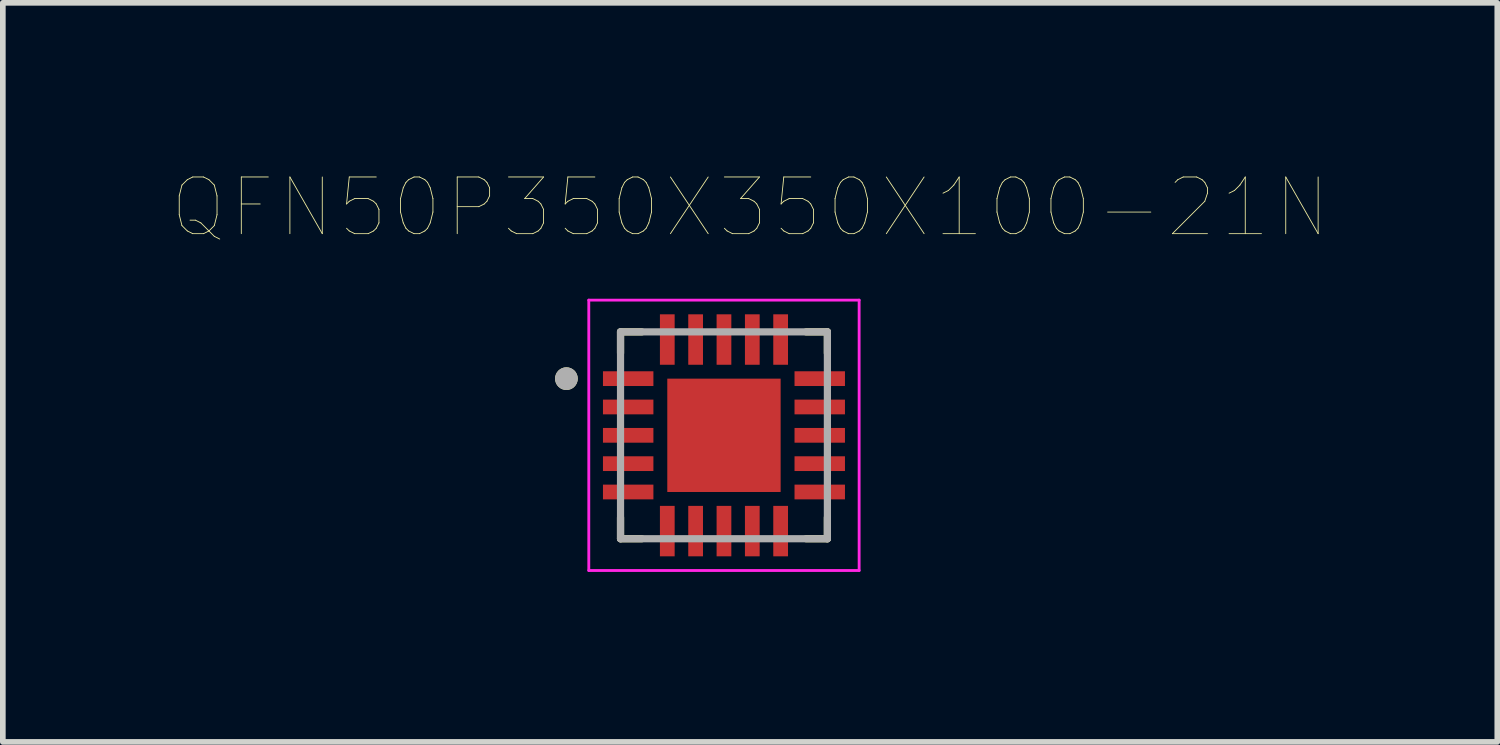
<source format=kicad_pcb>
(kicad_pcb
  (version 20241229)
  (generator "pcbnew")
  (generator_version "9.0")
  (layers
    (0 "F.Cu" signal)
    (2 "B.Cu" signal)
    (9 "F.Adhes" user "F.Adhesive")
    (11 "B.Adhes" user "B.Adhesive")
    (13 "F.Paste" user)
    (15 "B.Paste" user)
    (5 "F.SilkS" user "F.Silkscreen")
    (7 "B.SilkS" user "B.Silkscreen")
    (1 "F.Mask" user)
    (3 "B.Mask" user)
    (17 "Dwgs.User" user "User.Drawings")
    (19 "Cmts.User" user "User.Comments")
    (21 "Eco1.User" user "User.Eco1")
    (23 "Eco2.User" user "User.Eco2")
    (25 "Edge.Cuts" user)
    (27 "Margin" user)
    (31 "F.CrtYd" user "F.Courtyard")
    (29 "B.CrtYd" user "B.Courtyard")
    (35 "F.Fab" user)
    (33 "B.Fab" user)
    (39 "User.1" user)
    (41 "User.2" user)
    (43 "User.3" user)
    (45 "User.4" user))
  (footprint "QFN50P350X350X100-21N"
    (layer "F.Cu")
    (at 9.724 4.631)
    (property "Reference" "QFN50P350X350X100-21N" (at 0.46 -4.02 0) (layer "F.SilkS") (effects (font (size 1 1) (thickness 0.015))))
    (attr through_hole)
    (fp_line (start -1.825 -1.825) (end -1.825 -1.45) (stroke (width 0.127) (type solid)) (layer "F.SilkS"))
    (fp_line (start -1.825 -1.825) (end -1.45 -1.825) (stroke (width 0.127) (type solid)) (layer "F.SilkS"))
    (fp_line (start -1.825 1.825) (end -1.825 1.45) (stroke (width 0.127) (type solid)) (layer "F.SilkS"))
    (fp_line (start -1.825 1.825) (end -1.45 1.825) (stroke (width 0.127) (type solid)) (layer "F.SilkS"))
    (fp_line (start 1.825 -1.825) (end 1.45 -1.825) (stroke (width 0.127) (type solid)) (layer "F.SilkS"))
    (fp_line (start 1.825 -1.825) (end 1.825 -1.45) (stroke (width 0.127) (type solid)) (layer "F.SilkS"))
    (fp_line (start 1.825 1.825) (end 1.45 1.825) (stroke (width 0.127) (type solid)) (layer "F.SilkS"))
    (fp_line (start 1.825 1.825) (end 1.825 1.45) (stroke (width 0.127) (type solid)) (layer "F.SilkS"))
    (fp_circle (center -2.78 -1) (end -2.68 -1) (stroke (width 0.2) (type solid)) (fill no) (layer "F.SilkS"))
    (fp_poly (pts (xy -0.63 -0.63) (xy 0.63 -0.63) (xy 0.63 0.63) (xy -0.63 0.63)) (stroke (width 0.01) (type solid)) (fill yes) (layer "F.Paste"))
    (fp_line (start -2.385 -2.385) (end 2.385 -2.385) (stroke (width 0.05) (type solid)) (layer "F.CrtYd"))
    (fp_line (start -2.385 2.385) (end -2.385 -2.385) (stroke (width 0.05) (type solid)) (layer "F.CrtYd"))
    (fp_line (start -2.385 2.385) (end 2.385 2.385) (stroke (width 0.05) (type solid)) (layer "F.CrtYd"))
    (fp_line (start 2.385 2.385) (end 2.385 -2.385) (stroke (width 0.05) (type solid)) (layer "F.CrtYd"))
    (fp_line (start -1.825 1.825) (end -1.825 -1.825) (stroke (width 0.127) (type solid)) (layer "F.Fab"))
    (fp_line (start 1.825 -1.825) (end -1.825 -1.825) (stroke (width 0.127) (type solid)) (layer "F.Fab"))
    (fp_line (start 1.825 1.825) (end -1.825 1.825) (stroke (width 0.127) (type solid)) (layer "F.Fab"))
    (fp_line (start 1.825 1.825) (end 1.825 -1.825) (stroke (width 0.127) (type solid)) (layer "F.Fab"))
    (fp_circle (center -2.78 -1) (end -2.68 -1) (stroke (width 0.2) (type solid)) (fill no) (layer "F.Fab"))
    (pad "1" smd rect (at -1.69 -1) (size 0.89 0.26) (layers "F.Cu" "F.Mask" "F.Paste"))
    (pad "2" smd rect (at -1.69 -0.5) (size 0.89 0.26) (layers "F.Cu" "F.Mask" "F.Paste"))
    (pad "3" smd rect (at -1.69 0) (size 0.89 0.26) (layers "F.Cu" "F.Mask" "F.Paste"))
    (pad "4" smd rect (at -1.69 0.5) (size 0.89 0.26) (layers "F.Cu" "F.Mask" "F.Paste"))
    (pad "5" smd rect (at -1.69 1) (size 0.89 0.26) (layers "F.Cu" "F.Mask" "F.Paste"))
    (pad "6" smd rect (at -1 1.69) (size 0.26 0.89) (layers "F.Cu" "F.Mask" "F.Paste"))
    (pad "7" smd rect (at -0.5 1.69) (size 0.26 0.89) (layers "F.Cu" "F.Mask" "F.Paste"))
    (pad "8" smd rect (at 0 1.69) (size 0.26 0.89) (layers "F.Cu" "F.Mask" "F.Paste"))
    (pad "9" smd rect (at 0.5 1.69) (size 0.26 0.89) (layers "F.Cu" "F.Mask" "F.Paste"))
    (pad "10" smd rect (at 1 1.69) (size 0.26 0.89) (layers "F.Cu" "F.Mask" "F.Paste"))
    (pad "11" smd rect (at 1.69 1) (size 0.89 0.26) (layers "F.Cu" "F.Mask" "F.Paste"))
    (pad "12" smd rect (at 1.69 0.5) (size 0.89 0.26) (layers "F.Cu" "F.Mask" "F.Paste"))
    (pad "13" smd rect (at 1.69 0) (size 0.89 0.26) (layers "F.Cu" "F.Mask" "F.Paste"))
    (pad "14" smd rect (at 1.69 -0.5) (size 0.89 0.26) (layers "F.Cu" "F.Mask" "F.Paste"))
    (pad "15" smd rect (at 1.69 -1) (size 0.89 0.26) (layers "F.Cu" "F.Mask" "F.Paste"))
    (pad "16" smd rect (at 1 -1.69) (size 0.26 0.89) (layers "F.Cu" "F.Mask" "F.Paste"))
    (pad "17" smd rect (at 0.5 -1.69) (size 0.26 0.89) (layers "F.Cu" "F.Mask" "F.Paste"))
    (pad "18" smd rect (at 0 -1.69) (size 0.26 0.89) (layers "F.Cu" "F.Mask" "F.Paste"))
    (pad "19" smd rect (at -0.5 -1.69) (size 0.26 0.89) (layers "F.Cu" "F.Mask" "F.Paste"))
    (pad "20" smd rect (at -1 -1.69) (size 0.26 0.89) (layers "F.Cu" "F.Mask" "F.Paste"))
    (pad "21" smd rect (at 0 0) (size 2 2) (layers "F.Cu" "F.Mask")))
  (gr_rect
    (start -3 -3)
    (end 23.369 10.041)
    (stroke (width 0.1) (type default))
    (fill no)
    (layer "Edge.Cuts")))
</source>
